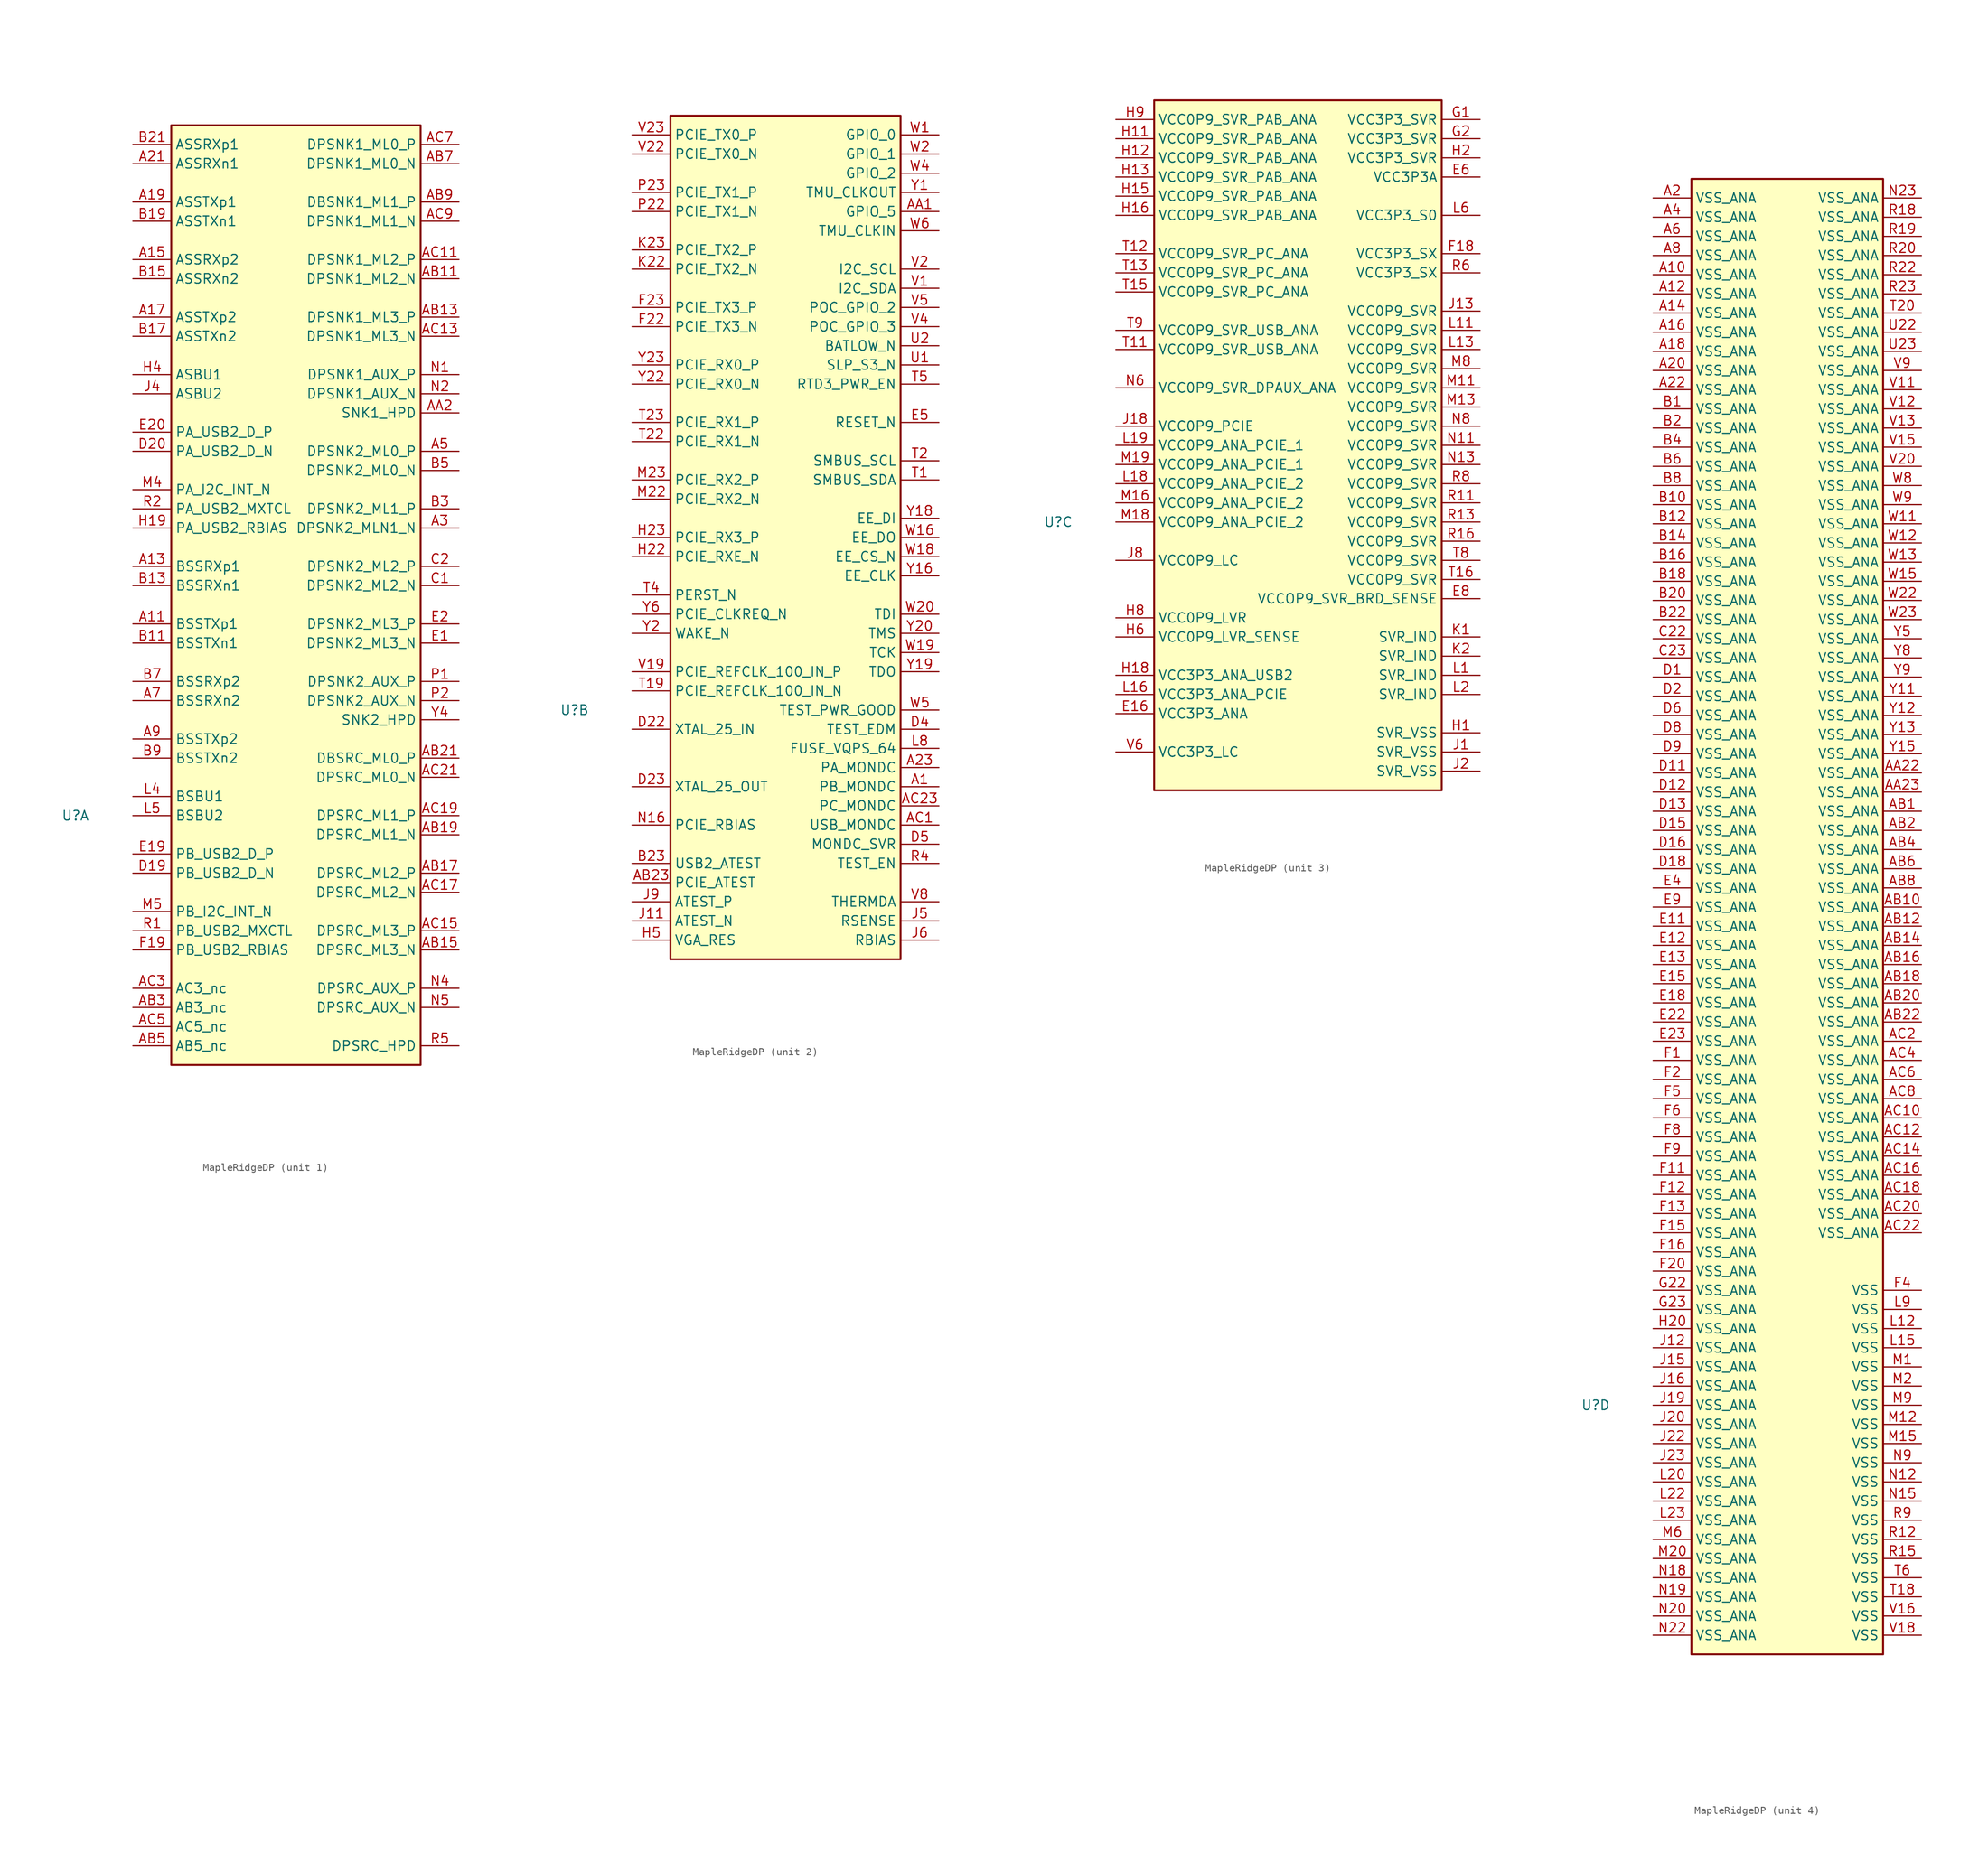
<source format=kicad_sym>
(kicad_symbol_lib
  (version 20231120)
  (generator "kicad_symbol_editor")
  (generator_version "8.0")
  (symbol "MapleRidgeDP"
    (property "Reference" "U"
      (at -7.62 30.48 0)
      (effects (font (size 1.27 1.27))))
    (property "Value" ""
      (at -7.62 30.48 0)
      (effects (font (size 1.27 1.27))))
    (property "ki_locked" ""
      (at 0 0 0)
      (effects (font (size 1.27 1.27))))
    (symbol "MapleRidgeDP_1_1"
      (rectangle (start 5.08 121.92) (end 38.1 -2.54) (stroke (width 0.254) (type default)) (fill (type background)))
      (pin passive line (at 0 55.88 0) (length 5.08) (name "BSSTXp1" (effects (font (size 1.27 1.27)))) (number "A11" (effects (font (size 1.27 1.27)))))
      (pin passive line (at 0 63.5 0) (length 5.08) (name "BSSRXp1" (effects (font (size 1.27 1.27)))) (number "A13" (effects (font (size 1.27 1.27)))))
      (pin passive line (at 0 104.14 0) (length 5.08) (name "ASSRXp2" (effects (font (size 1.27 1.27)))) (number "A15" (effects (font (size 1.27 1.27)))))
      (pin passive line (at 0 96.52 0) (length 5.08) (name "ASSTXp2" (effects (font (size 1.27 1.27)))) (number "A17" (effects (font (size 1.27 1.27)))))
      (pin passive line (at 0 111.76 0) (length 5.08) (name "ASSTXp1" (effects (font (size 1.27 1.27)))) (number "A19" (effects (font (size 1.27 1.27)))))
      (pin passive line (at 0 116.84 0) (length 5.08) (name "ASSRXn1" (effects (font (size 1.27 1.27)))) (number "A21" (effects (font (size 1.27 1.27)))))
      (pin passive line (at 43.18 68.58 180) (length 5.08) (name "DPSNK2_MLN1_N" (effects (font (size 1.27 1.27)))) (number "A3" (effects (font (size 1.27 1.27)))))
      (pin passive line (at 43.18 78.74 180) (length 5.08) (name "DPSNK2_ML0_P" (effects (font (size 1.27 1.27)))) (number "A5" (effects (font (size 1.27 1.27)))))
      (pin passive line (at 0 45.72 0) (length 5.08) (name "BSSRXn2" (effects (font (size 1.27 1.27)))) (number "A7" (effects (font (size 1.27 1.27)))))
      (pin passive line (at 0 40.64 0) (length 5.08) (name "BSSTXp2" (effects (font (size 1.27 1.27)))) (number "A9" (effects (font (size 1.27 1.27)))))
      (pin passive line (at 43.18 83.82 180) (length 5.08) (name "SNK1_HPD" (effects (font (size 1.27 1.27)))) (number "AA2" (effects (font (size 1.27 1.27)))))
      (pin passive line (at 43.18 101.6 180) (length 5.08) (name "DPSNK1_ML2_N" (effects (font (size 1.27 1.27)))) (number "AB11" (effects (font (size 1.27 1.27)))))
      (pin passive line (at 43.18 96.52 180) (length 5.08) (name "DPSNK1_ML3_P" (effects (font (size 1.27 1.27)))) (number "AB13" (effects (font (size 1.27 1.27)))))
      (pin passive line (at 43.18 12.7 180) (length 5.08) (name "DPSRC_ML3_N" (effects (font (size 1.27 1.27)))) (number "AB15" (effects (font (size 1.27 1.27)))))
      (pin passive line (at 43.18 22.86 180) (length 5.08) (name "DPSRC_ML2_P" (effects (font (size 1.27 1.27)))) (number "AB17" (effects (font (size 1.27 1.27)))))
      (pin passive line (at 43.18 27.94 180) (length 5.08) (name "DPSRC_ML1_N" (effects (font (size 1.27 1.27)))) (number "AB19" (effects (font (size 1.27 1.27)))))
      (pin passive line (at 43.18 38.1 180) (length 5.08) (name "DBSRC_ML0_P" (effects (font (size 1.27 1.27)))) (number "AB21" (effects (font (size 1.27 1.27)))))
      (pin passive line (at 0 5.08 0) (length 5.08) (name "AB3_nc" (effects (font (size 1.27 1.27)))) (number "AB3" (effects (font (size 1.27 1.27)))))
      (pin passive line (at 0 0 0) (length 5.08) (name "AB5_nc" (effects (font (size 1.27 1.27)))) (number "AB5" (effects (font (size 1.27 1.27)))))
      (pin passive line (at 43.18 116.84 180) (length 5.08) (name "DPSNK1_ML0_N" (effects (font (size 1.27 1.27)))) (number "AB7" (effects (font (size 1.27 1.27)))))
      (pin passive line (at 43.18 111.76 180) (length 5.08) (name "DBSNK1_ML1_P" (effects (font (size 1.27 1.27)))) (number "AB9" (effects (font (size 1.27 1.27)))))
      (pin passive line (at 43.18 104.14 180) (length 5.08) (name "DPSNK1_ML2_P" (effects (font (size 1.27 1.27)))) (number "AC11" (effects (font (size 1.27 1.27)))))
      (pin passive line (at 43.18 93.98 180) (length 5.08) (name "DPSNK1_ML3_N" (effects (font (size 1.27 1.27)))) (number "AC13" (effects (font (size 1.27 1.27)))))
      (pin passive line (at 43.18 15.24 180) (length 5.08) (name "DPSRC_ML3_P" (effects (font (size 1.27 1.27)))) (number "AC15" (effects (font (size 1.27 1.27)))))
      (pin passive line (at 43.18 20.32 180) (length 5.08) (name "DPSRC_ML2_N" (effects (font (size 1.27 1.27)))) (number "AC17" (effects (font (size 1.27 1.27)))))
      (pin passive line (at 43.18 30.48 180) (length 5.08) (name "DPSRC_ML1_P" (effects (font (size 1.27 1.27)))) (number "AC19" (effects (font (size 1.27 1.27)))))
      (pin passive line (at 43.18 35.56 180) (length 5.08) (name "DPSRC_ML0_N" (effects (font (size 1.27 1.27)))) (number "AC21" (effects (font (size 1.27 1.27)))))
      (pin passive line (at 0 7.62 0) (length 5.08) (name "AC3_nc" (effects (font (size 1.27 1.27)))) (number "AC3" (effects (font (size 1.27 1.27)))))
      (pin passive line (at 0 2.54 0) (length 5.08) (name "AC5_nc" (effects (font (size 1.27 1.27)))) (number "AC5" (effects (font (size 1.27 1.27)))))
      (pin passive line (at 43.18 119.38 180) (length 5.08) (name "DPSNK1_ML0_P" (effects (font (size 1.27 1.27)))) (number "AC7" (effects (font (size 1.27 1.27)))))
      (pin passive line (at 43.18 109.22 180) (length 5.08) (name "DPSNK1_ML1_N" (effects (font (size 1.27 1.27)))) (number "AC9" (effects (font (size 1.27 1.27)))))
      (pin passive line (at 0 53.34 0) (length 5.08) (name "BSSTXn1" (effects (font (size 1.27 1.27)))) (number "B11" (effects (font (size 1.27 1.27)))))
      (pin passive line (at 0 60.96 0) (length 5.08) (name "BSSRXn1" (effects (font (size 1.27 1.27)))) (number "B13" (effects (font (size 1.27 1.27)))))
      (pin passive line (at 0 101.6 0) (length 5.08) (name "ASSRXn2" (effects (font (size 1.27 1.27)))) (number "B15" (effects (font (size 1.27 1.27)))))
      (pin passive line (at 0 93.98 0) (length 5.08) (name "ASSTXn2" (effects (font (size 1.27 1.27)))) (number "B17" (effects (font (size 1.27 1.27)))))
      (pin passive line (at 0 109.22 0) (length 5.08) (name "ASSTXn1" (effects (font (size 1.27 1.27)))) (number "B19" (effects (font (size 1.27 1.27)))))
      (pin passive line (at 0 119.38 0) (length 5.08) (name "ASSRXp1" (effects (font (size 1.27 1.27)))) (number "B21" (effects (font (size 1.27 1.27)))))
      (pin passive line (at 43.18 71.12 180) (length 5.08) (name "DPSNK2_ML1_P" (effects (font (size 1.27 1.27)))) (number "B3" (effects (font (size 1.27 1.27)))))
      (pin passive line (at 43.18 76.2 180) (length 5.08) (name "DPSNK2_ML0_N" (effects (font (size 1.27 1.27)))) (number "B5" (effects (font (size 1.27 1.27)))))
      (pin passive line (at 0 48.26 0) (length 5.08) (name "BSSRXp2" (effects (font (size 1.27 1.27)))) (number "B7" (effects (font (size 1.27 1.27)))))
      (pin passive line (at 0 38.1 0) (length 5.08) (name "BSSTXn2" (effects (font (size 1.27 1.27)))) (number "B9" (effects (font (size 1.27 1.27)))))
      (pin passive line (at 43.18 60.96 180) (length 5.08) (name "DPSNK2_ML2_N" (effects (font (size 1.27 1.27)))) (number "C1" (effects (font (size 1.27 1.27)))))
      (pin passive line (at 43.18 63.5 180) (length 5.08) (name "DPSNK2_ML2_P" (effects (font (size 1.27 1.27)))) (number "C2" (effects (font (size 1.27 1.27)))))
      (pin passive line (at 0 22.86 0) (length 5.08) (name "PB_USB2_D_N" (effects (font (size 1.27 1.27)))) (number "D19" (effects (font (size 1.27 1.27)))))
      (pin passive line (at 0 78.74 0) (length 5.08) (name "PA_USB2_D_N" (effects (font (size 1.27 1.27)))) (number "D20" (effects (font (size 1.27 1.27)))))
      (pin passive line (at 43.18 53.34 180) (length 5.08) (name "DPSNK2_ML3_N" (effects (font (size 1.27 1.27)))) (number "E1" (effects (font (size 1.27 1.27)))))
      (pin passive line (at 0 25.4 0) (length 5.08) (name "PB_USB2_D_P" (effects (font (size 1.27 1.27)))) (number "E19" (effects (font (size 1.27 1.27)))))
      (pin passive line (at 43.18 55.88 180) (length 5.08) (name "DPSNK2_ML3_P" (effects (font (size 1.27 1.27)))) (number "E2" (effects (font (size 1.27 1.27)))))
      (pin passive line (at 0 81.28 0) (length 5.08) (name "PA_USB2_D_P" (effects (font (size 1.27 1.27)))) (number "E20" (effects (font (size 1.27 1.27)))))
      (pin passive line (at 0 12.7 0) (length 5.08) (name "PB_USB2_RBIAS" (effects (font (size 1.27 1.27)))) (number "F19" (effects (font (size 1.27 1.27)))))
      (pin passive line (at 0 68.58 0) (length 5.08) (name "PA_USB2_RBIAS" (effects (font (size 1.27 1.27)))) (number "H19" (effects (font (size 1.27 1.27)))))
      (pin passive line (at 0 88.9 0) (length 5.08) (name "ASBU1" (effects (font (size 1.27 1.27)))) (number "H4" (effects (font (size 1.27 1.27)))))
      (pin passive line (at 0 86.36 0) (length 5.08) (name "ASBU2" (effects (font (size 1.27 1.27)))) (number "J4" (effects (font (size 1.27 1.27)))))
      (pin passive line (at 0 33.02 0) (length 5.08) (name "BSBU1" (effects (font (size 1.27 1.27)))) (number "L4" (effects (font (size 1.27 1.27)))))
      (pin passive line (at 0 30.48 0) (length 5.08) (name "BSBU2" (effects (font (size 1.27 1.27)))) (number "L5" (effects (font (size 1.27 1.27)))))
      (pin passive line (at 0 73.66 0) (length 5.08) (name "PA_I2C_INT_N" (effects (font (size 1.27 1.27)))) (number "M4" (effects (font (size 1.27 1.27)))))
      (pin passive line (at 0 17.78 0) (length 5.08) (name "PB_I2C_INT_N" (effects (font (size 1.27 1.27)))) (number "M5" (effects (font (size 1.27 1.27)))))
      (pin passive line (at 43.18 88.9 180) (length 5.08) (name "DPSNK1_AUX_P" (effects (font (size 1.27 1.27)))) (number "N1" (effects (font (size 1.27 1.27)))))
      (pin passive line (at 43.18 86.36 180) (length 5.08) (name "DPSNK1_AUX_N" (effects (font (size 1.27 1.27)))) (number "N2" (effects (font (size 1.27 1.27)))))
      (pin passive line (at 43.18 7.62 180) (length 5.08) (name "DPSRC_AUX_P" (effects (font (size 1.27 1.27)))) (number "N4" (effects (font (size 1.27 1.27)))))
      (pin passive line (at 43.18 5.08 180) (length 5.08) (name "DPSRC_AUX_N" (effects (font (size 1.27 1.27)))) (number "N5" (effects (font (size 1.27 1.27)))))
      (pin passive line (at 43.18 48.26 180) (length 5.08) (name "DPSNK2_AUX_P" (effects (font (size 1.27 1.27)))) (number "P1" (effects (font (size 1.27 1.27)))))
      (pin passive line (at 43.18 45.72 180) (length 5.08) (name "DPSNK2_AUX_N" (effects (font (size 1.27 1.27)))) (number "P2" (effects (font (size 1.27 1.27)))))
      (pin passive line (at 0 15.24 0) (length 5.08) (name "PB_USB2_MXCTL" (effects (font (size 1.27 1.27)))) (number "R1" (effects (font (size 1.27 1.27)))))
      (pin passive line (at 0 71.12 0) (length 5.08) (name "PA_USB2_MXTCL" (effects (font (size 1.27 1.27)))) (number "R2" (effects (font (size 1.27 1.27)))))
      (pin passive line (at 43.18 0 180) (length 5.08) (name "DPSRC_HPD" (effects (font (size 1.27 1.27)))) (number "R5" (effects (font (size 1.27 1.27)))))
      (pin passive line (at 43.18 43.18 180) (length 5.08) (name "SNK2_HPD" (effects (font (size 1.27 1.27)))) (number "Y4" (effects (font (size 1.27 1.27))))))
    (symbol "MapleRidgeDP_2_1"
      (rectangle (start 5.08 109.22) (end 35.56 -2.54) (stroke (width 0.254) (type default)) (fill (type background)))
      (pin passive line (at 40.64 20.32 180) (length 5.08) (name "PB_MONDC" (effects (font (size 1.27 1.27)))) (number "A1" (effects (font (size 1.27 1.27)))))
      (pin passive line (at 40.64 22.86 180) (length 5.08) (name "PA_MONDC" (effects (font (size 1.27 1.27)))) (number "A23" (effects (font (size 1.27 1.27)))))
      (pin passive line (at 40.64 96.52 180) (length 5.08) (name "GPIO_5" (effects (font (size 1.27 1.27)))) (number "AA1" (effects (font (size 1.27 1.27)))))
      (pin passive line (at 0 7.62 0) (length 5.08) (name "PCIE_ATEST" (effects (font (size 1.27 1.27)))) (number "AB23" (effects (font (size 1.27 1.27)))))
      (pin passive line (at 40.64 15.24 180) (length 5.08) (name "USB_MONDC" (effects (font (size 1.27 1.27)))) (number "AC1" (effects (font (size 1.27 1.27)))))
      (pin passive line (at 40.64 17.78 180) (length 5.08) (name "PC_MONDC" (effects (font (size 1.27 1.27)))) (number "AC23" (effects (font (size 1.27 1.27)))))
      (pin passive line (at 0 10.16 0) (length 5.08) (name "USB2_ATEST" (effects (font (size 1.27 1.27)))) (number "B23" (effects (font (size 1.27 1.27)))))
      (pin passive line (at 0 27.94 0) (length 5.08) (name "XTAL_25_IN" (effects (font (size 1.27 1.27)))) (number "D22" (effects (font (size 1.27 1.27)))))
      (pin passive line (at 0 20.32 0) (length 5.08) (name "XTAL_25_OUT" (effects (font (size 1.27 1.27)))) (number "D23" (effects (font (size 1.27 1.27)))))
      (pin passive line (at 40.64 27.94 180) (length 5.08) (name "TEST_EDM" (effects (font (size 1.27 1.27)))) (number "D4" (effects (font (size 1.27 1.27)))))
      (pin passive line (at 40.64 12.7 180) (length 5.08) (name "MONDC_SVR" (effects (font (size 1.27 1.27)))) (number "D5" (effects (font (size 1.27 1.27)))))
      (pin passive line (at 40.64 68.58 180) (length 5.08) (name "RESET_N" (effects (font (size 1.27 1.27)))) (number "E5" (effects (font (size 1.27 1.27)))))
      (pin passive line (at 0 81.28 0) (length 5.08) (name "PCIE_TX3_N" (effects (font (size 1.27 1.27)))) (number "F22" (effects (font (size 1.27 1.27)))))
      (pin passive line (at 0 83.82 0) (length 5.08) (name "PCIE_TX3_P" (effects (font (size 1.27 1.27)))) (number "F23" (effects (font (size 1.27 1.27)))))
      (pin passive line (at 0 50.8 0) (length 5.08) (name "PCIE_RXE_N" (effects (font (size 1.27 1.27)))) (number "H22" (effects (font (size 1.27 1.27)))))
      (pin passive line (at 0 53.34 0) (length 5.08) (name "PCIE_RX3_P" (effects (font (size 1.27 1.27)))) (number "H23" (effects (font (size 1.27 1.27)))))
      (pin passive line (at 0 0 0) (length 5.08) (name "VGA_RES" (effects (font (size 1.27 1.27)))) (number "H5" (effects (font (size 1.27 1.27)))))
      (pin passive line (at 0 2.54 0) (length 5.08) (name "ATEST_N" (effects (font (size 1.27 1.27)))) (number "J11" (effects (font (size 1.27 1.27)))))
      (pin passive line (at 40.64 2.54 180) (length 5.08) (name "RSENSE" (effects (font (size 1.27 1.27)))) (number "J5" (effects (font (size 1.27 1.27)))))
      (pin passive line (at 40.64 0 180) (length 5.08) (name "RBIAS" (effects (font (size 1.27 1.27)))) (number "J6" (effects (font (size 1.27 1.27)))))
      (pin passive line (at 0 5.08 0) (length 5.08) (name "ATEST_P" (effects (font (size 1.27 1.27)))) (number "J9" (effects (font (size 1.27 1.27)))))
      (pin passive line (at 0 88.9 0) (length 5.08) (name "PCIE_TX2_N" (effects (font (size 1.27 1.27)))) (number "K22" (effects (font (size 1.27 1.27)))))
      (pin passive line (at 0 91.44 0) (length 5.08) (name "PCIE_TX2_P" (effects (font (size 1.27 1.27)))) (number "K23" (effects (font (size 1.27 1.27)))))
      (pin passive line (at 40.64 25.4 180) (length 5.08) (name "FUSE_VQPS_64" (effects (font (size 1.27 1.27)))) (number "L8" (effects (font (size 1.27 1.27)))))
      (pin passive line (at 0 58.42 0) (length 5.08) (name "PCIE_RX2_N" (effects (font (size 1.27 1.27)))) (number "M22" (effects (font (size 1.27 1.27)))))
      (pin passive line (at 0 60.96 0) (length 5.08) (name "PCIE_RX2_P" (effects (font (size 1.27 1.27)))) (number "M23" (effects (font (size 1.27 1.27)))))
      (pin passive line (at 0 15.24 0) (length 5.08) (name "PCIE_RBIAS" (effects (font (size 1.27 1.27)))) (number "N16" (effects (font (size 1.27 1.27)))))
      (pin passive line (at 0 96.52 0) (length 5.08) (name "PCIE_TX1_N" (effects (font (size 1.27 1.27)))) (number "P22" (effects (font (size 1.27 1.27)))))
      (pin passive line (at 0 99.06 0) (length 5.08) (name "PCIE_TX1_P" (effects (font (size 1.27 1.27)))) (number "P23" (effects (font (size 1.27 1.27)))))
      (pin passive line (at 40.64 10.16 180) (length 5.08) (name "TEST_EN" (effects (font (size 1.27 1.27)))) (number "R4" (effects (font (size 1.27 1.27)))))
      (pin passive line (at 40.64 60.96 180) (length 5.08) (name "SMBUS_SDA" (effects (font (size 1.27 1.27)))) (number "T1" (effects (font (size 1.27 1.27)))))
      (pin passive line (at 0 33.02 0) (length 5.08) (name "PCIE_REFCLK_100_IN_N" (effects (font (size 1.27 1.27)))) (number "T19" (effects (font (size 1.27 1.27)))))
      (pin passive line (at 40.64 63.5 180) (length 5.08) (name "SMBUS_SCL" (effects (font (size 1.27 1.27)))) (number "T2" (effects (font (size 1.27 1.27)))))
      (pin passive line (at 0 66.04 0) (length 5.08) (name "PCIE_RX1_N" (effects (font (size 1.27 1.27)))) (number "T22" (effects (font (size 1.27 1.27)))))
      (pin passive line (at 0 68.58 0) (length 5.08) (name "PCIE_RX1_P" (effects (font (size 1.27 1.27)))) (number "T23" (effects (font (size 1.27 1.27)))))
      (pin passive line (at 0 45.72 0) (length 5.08) (name "PERST_N" (effects (font (size 1.27 1.27)))) (number "T4" (effects (font (size 1.27 1.27)))))
      (pin passive line (at 40.64 73.66 180) (length 5.08) (name "RTD3_PWR_EN" (effects (font (size 1.27 1.27)))) (number "T5" (effects (font (size 1.27 1.27)))))
      (pin passive line (at 40.64 76.2 180) (length 5.08) (name "SLP_S3_N" (effects (font (size 1.27 1.27)))) (number "U1" (effects (font (size 1.27 1.27)))))
      (pin passive line (at 40.64 78.74 180) (length 5.08) (name "BATLOW_N" (effects (font (size 1.27 1.27)))) (number "U2" (effects (font (size 1.27 1.27)))))
      (pin passive line (at 40.64 86.36 180) (length 5.08) (name "I2C_SDA" (effects (font (size 1.27 1.27)))) (number "V1" (effects (font (size 1.27 1.27)))))
      (pin passive line (at 0 35.56 0) (length 5.08) (name "PCIE_REFCLK_100_IN_P" (effects (font (size 1.27 1.27)))) (number "V19" (effects (font (size 1.27 1.27)))))
      (pin passive line (at 40.64 88.9 180) (length 5.08) (name "I2C_SCL" (effects (font (size 1.27 1.27)))) (number "V2" (effects (font (size 1.27 1.27)))))
      (pin passive line (at 0 104.14 0) (length 5.08) (name "PCIE_TX0_N" (effects (font (size 1.27 1.27)))) (number "V22" (effects (font (size 1.27 1.27)))))
      (pin passive line (at 0 106.68 0) (length 5.08) (name "PCIE_TX0_P" (effects (font (size 1.27 1.27)))) (number "V23" (effects (font (size 1.27 1.27)))))
      (pin passive line (at 40.64 81.28 180) (length 5.08) (name "POC_GPIO_3" (effects (font (size 1.27 1.27)))) (number "V4" (effects (font (size 1.27 1.27)))))
      (pin passive line (at 40.64 83.82 180) (length 5.08) (name "POC_GPIO_2" (effects (font (size 1.27 1.27)))) (number "V5" (effects (font (size 1.27 1.27)))))
      (pin passive line (at 40.64 5.08 180) (length 5.08) (name "THERMDA" (effects (font (size 1.27 1.27)))) (number "V8" (effects (font (size 1.27 1.27)))))
      (pin passive line (at 40.64 106.68 180) (length 5.08) (name "GPIO_0" (effects (font (size 1.27 1.27)))) (number "W1" (effects (font (size 1.27 1.27)))))
      (pin passive line (at 40.64 53.34 180) (length 5.08) (name "EE_DO" (effects (font (size 1.27 1.27)))) (number "W16" (effects (font (size 1.27 1.27)))))
      (pin passive line (at 40.64 50.8 180) (length 5.08) (name "EE_CS_N" (effects (font (size 1.27 1.27)))) (number "W18" (effects (font (size 1.27 1.27)))))
      (pin passive line (at 40.64 38.1 180) (length 5.08) (name "TCK" (effects (font (size 1.27 1.27)))) (number "W19" (effects (font (size 1.27 1.27)))))
      (pin passive line (at 40.64 104.14 180) (length 5.08) (name "GPIO_1" (effects (font (size 1.27 1.27)))) (number "W2" (effects (font (size 1.27 1.27)))))
      (pin passive line (at 40.64 43.18 180) (length 5.08) (name "TDI" (effects (font (size 1.27 1.27)))) (number "W20" (effects (font (size 1.27 1.27)))))
      (pin passive line (at 40.64 101.6 180) (length 5.08) (name "GPIO_2" (effects (font (size 1.27 1.27)))) (number "W4" (effects (font (size 1.27 1.27)))))
      (pin passive line (at 40.64 30.48 180) (length 5.08) (name "TEST_PWR_GOOD" (effects (font (size 1.27 1.27)))) (number "W5" (effects (font (size 1.27 1.27)))))
      (pin passive line (at 40.64 93.98 180) (length 5.08) (name "TMU_CLKIN" (effects (font (size 1.27 1.27)))) (number "W6" (effects (font (size 1.27 1.27)))))
      (pin passive line (at 40.64 99.06 180) (length 5.08) (name "TMU_CLKOUT" (effects (font (size 1.27 1.27)))) (number "Y1" (effects (font (size 1.27 1.27)))))
      (pin passive line (at 40.64 48.26 180) (length 5.08) (name "EE_CLK" (effects (font (size 1.27 1.27)))) (number "Y16" (effects (font (size 1.27 1.27)))))
      (pin passive line (at 40.64 55.88 180) (length 5.08) (name "EE_DI" (effects (font (size 1.27 1.27)))) (number "Y18" (effects (font (size 1.27 1.27)))))
      (pin passive line (at 40.64 35.56 180) (length 5.08) (name "TDO" (effects (font (size 1.27 1.27)))) (number "Y19" (effects (font (size 1.27 1.27)))))
      (pin passive line (at 0 40.64 0) (length 5.08) (name "WAKE_N" (effects (font (size 1.27 1.27)))) (number "Y2" (effects (font (size 1.27 1.27)))))
      (pin passive line (at 40.64 40.64 180) (length 5.08) (name "TMS" (effects (font (size 1.27 1.27)))) (number "Y20" (effects (font (size 1.27 1.27)))))
      (pin passive line (at 0 73.66 0) (length 5.08) (name "PCIE_RX0_N" (effects (font (size 1.27 1.27)))) (number "Y22" (effects (font (size 1.27 1.27)))))
      (pin passive line (at 0 76.2 0) (length 5.08) (name "PCIE_RX0_P" (effects (font (size 1.27 1.27)))) (number "Y23" (effects (font (size 1.27 1.27)))))
      (pin passive line (at 0 43.18 0) (length 5.08) (name "PCIE_CLKREQ_N" (effects (font (size 1.27 1.27)))) (number "Y6" (effects (font (size 1.27 1.27))))))
    (symbol "MapleRidgeDP_3_1"
      (rectangle (start 5.08 86.36) (end 43.18 -5.08) (stroke (width 0.254) (type default)) (fill (type background)))
      (pin power_in line (at 0 5.08 0) (length 5.08) (name "VCC3P3_ANA" (effects (font (size 1.27 1.27)))) (number "E16" (effects (font (size 1.27 1.27)))))
      (pin power_in line (at 48.26 76.2 180) (length 5.08) (name "VCC3P3A" (effects (font (size 1.27 1.27)))) (number "E6" (effects (font (size 1.27 1.27)))))
      (pin power_in line (at 48.26 20.32 180) (length 5.08) (name "VCCOP9_SVR_BRD_SENSE" (effects (font (size 1.27 1.27)))) (number "E8" (effects (font (size 1.27 1.27)))))
      (pin power_in line (at 48.26 66.04 180) (length 5.08) (name "VCC3P3_SX" (effects (font (size 1.27 1.27)))) (number "F18" (effects (font (size 1.27 1.27)))))
      (pin power_in line (at 48.26 83.82 180) (length 5.08) (name "VCC3P3_SVR" (effects (font (size 1.27 1.27)))) (number "G1" (effects (font (size 1.27 1.27)))))
      (pin power_in line (at 48.26 81.28 180) (length 5.08) (name "VCC3P3_SVR" (effects (font (size 1.27 1.27)))) (number "G2" (effects (font (size 1.27 1.27)))))
      (pin power_in line (at 48.26 2.54 180) (length 5.08) (name "SVR_VSS" (effects (font (size 1.27 1.27)))) (number "H1" (effects (font (size 1.27 1.27)))))
      (pin power_in line (at 0 81.28 0) (length 5.08) (name "VCC0P9_SVR_PAB_ANA" (effects (font (size 1.27 1.27)))) (number "H11" (effects (font (size 1.27 1.27)))))
      (pin power_in line (at 0 78.74 0) (length 5.08) (name "VCC0P9_SVR_PAB_ANA" (effects (font (size 1.27 1.27)))) (number "H12" (effects (font (size 1.27 1.27)))))
      (pin power_in line (at 0 76.2 0) (length 5.08) (name "VCC0P9_SVR_PAB_ANA" (effects (font (size 1.27 1.27)))) (number "H13" (effects (font (size 1.27 1.27)))))
      (pin power_in line (at 0 73.66 0) (length 5.08) (name "VCC0P9_SVR_PAB_ANA" (effects (font (size 1.27 1.27)))) (number "H15" (effects (font (size 1.27 1.27)))))
      (pin power_in line (at 0 71.12 0) (length 5.08) (name "VCC0P9_SVR_PAB_ANA" (effects (font (size 1.27 1.27)))) (number "H16" (effects (font (size 1.27 1.27)))))
      (pin power_in line (at 0 10.16 0) (length 5.08) (name "VCC3P3_ANA_USB2" (effects (font (size 1.27 1.27)))) (number "H18" (effects (font (size 1.27 1.27)))))
      (pin power_in line (at 48.26 78.74 180) (length 5.08) (name "VCC3P3_SVR" (effects (font (size 1.27 1.27)))) (number "H2" (effects (font (size 1.27 1.27)))))
      (pin power_in line (at 0 15.24 0) (length 5.08) (name "VCC0P9_LVR_SENSE" (effects (font (size 1.27 1.27)))) (number "H6" (effects (font (size 1.27 1.27)))))
      (pin power_in line (at 0 17.78 0) (length 5.08) (name "VCC0P9_LVR" (effects (font (size 1.27 1.27)))) (number "H8" (effects (font (size 1.27 1.27)))))
      (pin power_in line (at 0 83.82 0) (length 5.08) (name "VCC0P9_SVR_PAB_ANA" (effects (font (size 1.27 1.27)))) (number "H9" (effects (font (size 1.27 1.27)))))
      (pin power_in line (at 48.26 0 180) (length 5.08) (name "SVR_VSS" (effects (font (size 1.27 1.27)))) (number "J1" (effects (font (size 1.27 1.27)))))
      (pin power_in line (at 48.26 58.42 180) (length 5.08) (name "VCC0P9_SVR" (effects (font (size 1.27 1.27)))) (number "J13" (effects (font (size 1.27 1.27)))))
      (pin power_in line (at 0 43.18 0) (length 5.08) (name "VCC0P9_PCIE" (effects (font (size 1.27 1.27)))) (number "J18" (effects (font (size 1.27 1.27)))))
      (pin power_in line (at 48.26 -2.54 180) (length 5.08) (name "SVR_VSS" (effects (font (size 1.27 1.27)))) (number "J2" (effects (font (size 1.27 1.27)))))
      (pin power_in line (at 0 25.4 0) (length 5.08) (name "VCC0P9_LC" (effects (font (size 1.27 1.27)))) (number "J8" (effects (font (size 1.27 1.27)))))
      (pin power_in line (at 48.26 15.24 180) (length 5.08) (name "SVR_IND" (effects (font (size 1.27 1.27)))) (number "K1" (effects (font (size 1.27 1.27)))))
      (pin power_in line (at 48.26 12.7 180) (length 5.08) (name "SVR_IND" (effects (font (size 1.27 1.27)))) (number "K2" (effects (font (size 1.27 1.27)))))
      (pin power_in line (at 48.26 10.16 180) (length 5.08) (name "SVR_IND" (effects (font (size 1.27 1.27)))) (number "L1" (effects (font (size 1.27 1.27)))))
      (pin power_in line (at 48.26 55.88 180) (length 5.08) (name "VCC0P9_SVR" (effects (font (size 1.27 1.27)))) (number "L11" (effects (font (size 1.27 1.27)))))
      (pin power_in line (at 48.26 53.34 180) (length 5.08) (name "VCC0P9_SVR" (effects (font (size 1.27 1.27)))) (number "L13" (effects (font (size 1.27 1.27)))))
      (pin power_in line (at 0 7.62 0) (length 5.08) (name "VCC3P3_ANA_PCIE" (effects (font (size 1.27 1.27)))) (number "L16" (effects (font (size 1.27 1.27)))))
      (pin power_in line (at 0 35.56 0) (length 5.08) (name "VCC0P9_ANA_PCIE_2" (effects (font (size 1.27 1.27)))) (number "L18" (effects (font (size 1.27 1.27)))))
      (pin power_in line (at 0 40.64 0) (length 5.08) (name "VCC0P9_ANA_PCIE_1" (effects (font (size 1.27 1.27)))) (number "L19" (effects (font (size 1.27 1.27)))))
      (pin power_in line (at 48.26 7.62 180) (length 5.08) (name "SVR_IND" (effects (font (size 1.27 1.27)))) (number "L2" (effects (font (size 1.27 1.27)))))
      (pin power_in line (at 48.26 71.12 180) (length 5.08) (name "VCC3P3_S0" (effects (font (size 1.27 1.27)))) (number "L6" (effects (font (size 1.27 1.27)))))
      (pin power_in line (at 48.26 48.26 180) (length 5.08) (name "VCC0P9_SVR" (effects (font (size 1.27 1.27)))) (number "M11" (effects (font (size 1.27 1.27)))))
      (pin power_in line (at 48.26 45.72 180) (length 5.08) (name "VCC0P9_SVR" (effects (font (size 1.27 1.27)))) (number "M13" (effects (font (size 1.27 1.27)))))
      (pin power_in line (at 0 33.02 0) (length 5.08) (name "VCC0P9_ANA_PCIE_2" (effects (font (size 1.27 1.27)))) (number "M16" (effects (font (size 1.27 1.27)))))
      (pin power_in line (at 0 30.48 0) (length 5.08) (name "VCC0P9_ANA_PCIE_2" (effects (font (size 1.27 1.27)))) (number "M18" (effects (font (size 1.27 1.27)))))
      (pin power_in line (at 0 38.1 0) (length 5.08) (name "VCC0P9_ANA_PCIE_1" (effects (font (size 1.27 1.27)))) (number "M19" (effects (font (size 1.27 1.27)))))
      (pin power_in line (at 48.26 50.8 180) (length 5.08) (name "VCC0P9_SVR" (effects (font (size 1.27 1.27)))) (number "M8" (effects (font (size 1.27 1.27)))))
      (pin power_in line (at 48.26 40.64 180) (length 5.08) (name "VCC0P9_SVR" (effects (font (size 1.27 1.27)))) (number "N11" (effects (font (size 1.27 1.27)))))
      (pin power_in line (at 48.26 38.1 180) (length 5.08) (name "VCC0P9_SVR" (effects (font (size 1.27 1.27)))) (number "N13" (effects (font (size 1.27 1.27)))))
      (pin power_in line (at 0 48.26 0) (length 5.08) (name "VCC0P9_SVR_DPAUX_ANA" (effects (font (size 1.27 1.27)))) (number "N6" (effects (font (size 1.27 1.27)))))
      (pin power_in line (at 48.26 43.18 180) (length 5.08) (name "VCC0P9_SVR" (effects (font (size 1.27 1.27)))) (number "N8" (effects (font (size 1.27 1.27)))))
      (pin power_in line (at 48.26 33.02 180) (length 5.08) (name "VCC0P9_SVR" (effects (font (size 1.27 1.27)))) (number "R11" (effects (font (size 1.27 1.27)))))
      (pin power_in line (at 48.26 30.48 180) (length 5.08) (name "VCC0P9_SVR" (effects (font (size 1.27 1.27)))) (number "R13" (effects (font (size 1.27 1.27)))))
      (pin power_in line (at 48.26 27.94 180) (length 5.08) (name "VCC0P9_SVR" (effects (font (size 1.27 1.27)))) (number "R16" (effects (font (size 1.27 1.27)))))
      (pin power_in line (at 48.26 63.5 180) (length 5.08) (name "VCC3P3_SX" (effects (font (size 1.27 1.27)))) (number "R6" (effects (font (size 1.27 1.27)))))
      (pin power_in line (at 48.26 35.56 180) (length 5.08) (name "VCC0P9_SVR" (effects (font (size 1.27 1.27)))) (number "R8" (effects (font (size 1.27 1.27)))))
      (pin power_in line (at 0 53.34 0) (length 5.08) (name "VCC0P9_SVR_USB_ANA" (effects (font (size 1.27 1.27)))) (number "T11" (effects (font (size 1.27 1.27)))))
      (pin power_in line (at 0 66.04 0) (length 5.08) (name "VCC0P9_SVR_PC_ANA" (effects (font (size 1.27 1.27)))) (number "T12" (effects (font (size 1.27 1.27)))))
      (pin power_in line (at 0 63.5 0) (length 5.08) (name "VCC0P9_SVR_PC_ANA" (effects (font (size 1.27 1.27)))) (number "T13" (effects (font (size 1.27 1.27)))))
      (pin power_in line (at 0 60.96 0) (length 5.08) (name "VCC0P9_SVR_PC_ANA" (effects (font (size 1.27 1.27)))) (number "T15" (effects (font (size 1.27 1.27)))))
      (pin power_in line (at 48.26 22.86 180) (length 5.08) (name "VCC0P9_SVR" (effects (font (size 1.27 1.27)))) (number "T16" (effects (font (size 1.27 1.27)))))
      (pin power_in line (at 48.26 25.4 180) (length 5.08) (name "VCC0P9_SVR" (effects (font (size 1.27 1.27)))) (number "T8" (effects (font (size 1.27 1.27)))))
      (pin power_in line (at 0 55.88 0) (length 5.08) (name "VCC0P9_SVR_USB_ANA" (effects (font (size 1.27 1.27)))) (number "T9" (effects (font (size 1.27 1.27)))))
      (pin power_in line (at 0 0 0) (length 5.08) (name "VCC3P3_LC" (effects (font (size 1.27 1.27)))) (number "V6" (effects (font (size 1.27 1.27))))))
    (symbol "MapleRidgeDP_4_1"
      (rectangle (start 5.08 193.04) (end 30.48 -2.54) (stroke (width 0.254) (type default)) (fill (type background)))
      (pin passive line (at 0 180.34 0) (length 5.08) (name "VSS_ANA" (effects (font (size 1.27 1.27)))) (number "A10" (effects (font (size 1.27 1.27)))))
      (pin passive line (at 0 177.8 0) (length 5.08) (name "VSS_ANA" (effects (font (size 1.27 1.27)))) (number "A12" (effects (font (size 1.27 1.27)))))
      (pin passive line (at 0 175.26 0) (length 5.08) (name "VSS_ANA" (effects (font (size 1.27 1.27)))) (number "A14" (effects (font (size 1.27 1.27)))))
      (pin passive line (at 0 172.72 0) (length 5.08) (name "VSS_ANA" (effects (font (size 1.27 1.27)))) (number "A16" (effects (font (size 1.27 1.27)))))
      (pin passive line (at 0 170.18 0) (length 5.08) (name "VSS_ANA" (effects (font (size 1.27 1.27)))) (number "A18" (effects (font (size 1.27 1.27)))))
      (pin passive line (at 0 190.5 0) (length 5.08) (name "VSS_ANA" (effects (font (size 1.27 1.27)))) (number "A2" (effects (font (size 1.27 1.27)))))
      (pin passive line (at 0 167.64 0) (length 5.08) (name "VSS_ANA" (effects (font (size 1.27 1.27)))) (number "A20" (effects (font (size 1.27 1.27)))))
      (pin passive line (at 0 165.1 0) (length 5.08) (name "VSS_ANA" (effects (font (size 1.27 1.27)))) (number "A22" (effects (font (size 1.27 1.27)))))
      (pin passive line (at 0 187.96 0) (length 5.08) (name "VSS_ANA" (effects (font (size 1.27 1.27)))) (number "A4" (effects (font (size 1.27 1.27)))))
      (pin passive line (at 0 185.42 0) (length 5.08) (name "VSS_ANA" (effects (font (size 1.27 1.27)))) (number "A6" (effects (font (size 1.27 1.27)))))
      (pin passive line (at 0 182.88 0) (length 5.08) (name "VSS_ANA" (effects (font (size 1.27 1.27)))) (number "A8" (effects (font (size 1.27 1.27)))))
      (pin passive line (at 35.56 114.3 180) (length 5.08) (name "VSS_ANA" (effects (font (size 1.27 1.27)))) (number "AA22" (effects (font (size 1.27 1.27)))))
      (pin passive line (at 35.56 111.76 180) (length 5.08) (name "VSS_ANA" (effects (font (size 1.27 1.27)))) (number "AA23" (effects (font (size 1.27 1.27)))))
      (pin passive line (at 35.56 109.22 180) (length 5.08) (name "VSS_ANA" (effects (font (size 1.27 1.27)))) (number "AB1" (effects (font (size 1.27 1.27)))))
      (pin passive line (at 35.56 96.52 180) (length 5.08) (name "VSS_ANA" (effects (font (size 1.27 1.27)))) (number "AB10" (effects (font (size 1.27 1.27)))))
      (pin passive line (at 35.56 93.98 180) (length 5.08) (name "VSS_ANA" (effects (font (size 1.27 1.27)))) (number "AB12" (effects (font (size 1.27 1.27)))))
      (pin passive line (at 35.56 91.44 180) (length 5.08) (name "VSS_ANA" (effects (font (size 1.27 1.27)))) (number "AB14" (effects (font (size 1.27 1.27)))))
      (pin passive line (at 35.56 88.9 180) (length 5.08) (name "VSS_ANA" (effects (font (size 1.27 1.27)))) (number "AB16" (effects (font (size 1.27 1.27)))))
      (pin passive line (at 35.56 86.36 180) (length 5.08) (name "VSS_ANA" (effects (font (size 1.27 1.27)))) (number "AB18" (effects (font (size 1.27 1.27)))))
      (pin passive line (at 35.56 106.68 180) (length 5.08) (name "VSS_ANA" (effects (font (size 1.27 1.27)))) (number "AB2" (effects (font (size 1.27 1.27)))))
      (pin passive line (at 35.56 83.82 180) (length 5.08) (name "VSS_ANA" (effects (font (size 1.27 1.27)))) (number "AB20" (effects (font (size 1.27 1.27)))))
      (pin passive line (at 35.56 81.28 180) (length 5.08) (name "VSS_ANA" (effects (font (size 1.27 1.27)))) (number "AB22" (effects (font (size 1.27 1.27)))))
      (pin passive line (at 35.56 104.14 180) (length 5.08) (name "VSS_ANA" (effects (font (size 1.27 1.27)))) (number "AB4" (effects (font (size 1.27 1.27)))))
      (pin passive line (at 35.56 101.6 180) (length 5.08) (name "VSS_ANA" (effects (font (size 1.27 1.27)))) (number "AB6" (effects (font (size 1.27 1.27)))))
      (pin passive line (at 35.56 99.06 180) (length 5.08) (name "VSS_ANA" (effects (font (size 1.27 1.27)))) (number "AB8" (effects (font (size 1.27 1.27)))))
      (pin passive line (at 35.56 68.58 180) (length 5.08) (name "VSS_ANA" (effects (font (size 1.27 1.27)))) (number "AC10" (effects (font (size 1.27 1.27)))))
      (pin passive line (at 35.56 66.04 180) (length 5.08) (name "VSS_ANA" (effects (font (size 1.27 1.27)))) (number "AC12" (effects (font (size 1.27 1.27)))))
      (pin passive line (at 35.56 63.5 180) (length 5.08) (name "VSS_ANA" (effects (font (size 1.27 1.27)))) (number "AC14" (effects (font (size 1.27 1.27)))))
      (pin passive line (at 35.56 60.96 180) (length 5.08) (name "VSS_ANA" (effects (font (size 1.27 1.27)))) (number "AC16" (effects (font (size 1.27 1.27)))))
      (pin passive line (at 35.56 58.42 180) (length 5.08) (name "VSS_ANA" (effects (font (size 1.27 1.27)))) (number "AC18" (effects (font (size 1.27 1.27)))))
      (pin passive line (at 35.56 78.74 180) (length 5.08) (name "VSS_ANA" (effects (font (size 1.27 1.27)))) (number "AC2" (effects (font (size 1.27 1.27)))))
      (pin passive line (at 35.56 55.88 180) (length 5.08) (name "VSS_ANA" (effects (font (size 1.27 1.27)))) (number "AC20" (effects (font (size 1.27 1.27)))))
      (pin passive line (at 35.56 53.34 180) (length 5.08) (name "VSS_ANA" (effects (font (size 1.27 1.27)))) (number "AC22" (effects (font (size 1.27 1.27)))))
      (pin passive line (at 35.56 76.2 180) (length 5.08) (name "VSS_ANA" (effects (font (size 1.27 1.27)))) (number "AC4" (effects (font (size 1.27 1.27)))))
      (pin passive line (at 35.56 73.66 180) (length 5.08) (name "VSS_ANA" (effects (font (size 1.27 1.27)))) (number "AC6" (effects (font (size 1.27 1.27)))))
      (pin passive line (at 35.56 71.12 180) (length 5.08) (name "VSS_ANA" (effects (font (size 1.27 1.27)))) (number "AC8" (effects (font (size 1.27 1.27)))))
      (pin passive line (at 0 162.56 0) (length 5.08) (name "VSS_ANA" (effects (font (size 1.27 1.27)))) (number "B1" (effects (font (size 1.27 1.27)))))
      (pin passive line (at 0 149.86 0) (length 5.08) (name "VSS_ANA" (effects (font (size 1.27 1.27)))) (number "B10" (effects (font (size 1.27 1.27)))))
      (pin passive line (at 0 147.32 0) (length 5.08) (name "VSS_ANA" (effects (font (size 1.27 1.27)))) (number "B12" (effects (font (size 1.27 1.27)))))
      (pin passive line (at 0 144.78 0) (length 5.08) (name "VSS_ANA" (effects (font (size 1.27 1.27)))) (number "B14" (effects (font (size 1.27 1.27)))))
      (pin passive line (at 0 142.24 0) (length 5.08) (name "VSS_ANA" (effects (font (size 1.27 1.27)))) (number "B16" (effects (font (size 1.27 1.27)))))
      (pin passive line (at 0 139.7 0) (length 5.08) (name "VSS_ANA" (effects (font (size 1.27 1.27)))) (number "B18" (effects (font (size 1.27 1.27)))))
      (pin passive line (at 0 160.02 0) (length 5.08) (name "VSS_ANA" (effects (font (size 1.27 1.27)))) (number "B2" (effects (font (size 1.27 1.27)))))
      (pin passive line (at 0 137.16 0) (length 5.08) (name "VSS_ANA" (effects (font (size 1.27 1.27)))) (number "B20" (effects (font (size 1.27 1.27)))))
      (pin passive line (at 0 134.62 0) (length 5.08) (name "VSS_ANA" (effects (font (size 1.27 1.27)))) (number "B22" (effects (font (size 1.27 1.27)))))
      (pin passive line (at 0 157.48 0) (length 5.08) (name "VSS_ANA" (effects (font (size 1.27 1.27)))) (number "B4" (effects (font (size 1.27 1.27)))))
      (pin passive line (at 0 154.94 0) (length 5.08) (name "VSS_ANA" (effects (font (size 1.27 1.27)))) (number "B6" (effects (font (size 1.27 1.27)))))
      (pin passive line (at 0 152.4 0) (length 5.08) (name "VSS_ANA" (effects (font (size 1.27 1.27)))) (number "B8" (effects (font (size 1.27 1.27)))))
      (pin passive line (at 0 132.08 0) (length 5.08) (name "VSS_ANA" (effects (font (size 1.27 1.27)))) (number "C22" (effects (font (size 1.27 1.27)))))
      (pin passive line (at 0 129.54 0) (length 5.08) (name "VSS_ANA" (effects (font (size 1.27 1.27)))) (number "C23" (effects (font (size 1.27 1.27)))))
      (pin passive line (at 0 127 0) (length 5.08) (name "VSS_ANA" (effects (font (size 1.27 1.27)))) (number "D1" (effects (font (size 1.27 1.27)))))
      (pin passive line (at 0 114.3 0) (length 5.08) (name "VSS_ANA" (effects (font (size 1.27 1.27)))) (number "D11" (effects (font (size 1.27 1.27)))))
      (pin passive line (at 0 111.76 0) (length 5.08) (name "VSS_ANA" (effects (font (size 1.27 1.27)))) (number "D12" (effects (font (size 1.27 1.27)))))
      (pin passive line (at 0 109.22 0) (length 5.08) (name "VSS_ANA" (effects (font (size 1.27 1.27)))) (number "D13" (effects (font (size 1.27 1.27)))))
      (pin passive line (at 0 106.68 0) (length 5.08) (name "VSS_ANA" (effects (font (size 1.27 1.27)))) (number "D15" (effects (font (size 1.27 1.27)))))
      (pin passive line (at 0 104.14 0) (length 5.08) (name "VSS_ANA" (effects (font (size 1.27 1.27)))) (number "D16" (effects (font (size 1.27 1.27)))))
      (pin passive line (at 0 101.6 0) (length 5.08) (name "VSS_ANA" (effects (font (size 1.27 1.27)))) (number "D18" (effects (font (size 1.27 1.27)))))
      (pin passive line (at 0 124.46 0) (length 5.08) (name "VSS_ANA" (effects (font (size 1.27 1.27)))) (number "D2" (effects (font (size 1.27 1.27)))))
      (pin passive line (at 0 121.92 0) (length 5.08) (name "VSS_ANA" (effects (font (size 1.27 1.27)))) (number "D6" (effects (font (size 1.27 1.27)))))
      (pin passive line (at 0 119.38 0) (length 5.08) (name "VSS_ANA" (effects (font (size 1.27 1.27)))) (number "D8" (effects (font (size 1.27 1.27)))))
      (pin passive line (at 0 116.84 0) (length 5.08) (name "VSS_ANA" (effects (font (size 1.27 1.27)))) (number "D9" (effects (font (size 1.27 1.27)))))
      (pin passive line (at 0 93.98 0) (length 5.08) (name "VSS_ANA" (effects (font (size 1.27 1.27)))) (number "E11" (effects (font (size 1.27 1.27)))))
      (pin passive line (at 0 91.44 0) (length 5.08) (name "VSS_ANA" (effects (font (size 1.27 1.27)))) (number "E12" (effects (font (size 1.27 1.27)))))
      (pin passive line (at 0 88.9 0) (length 5.08) (name "VSS_ANA" (effects (font (size 1.27 1.27)))) (number "E13" (effects (font (size 1.27 1.27)))))
      (pin passive line (at 0 86.36 0) (length 5.08) (name "VSS_ANA" (effects (font (size 1.27 1.27)))) (number "E15" (effects (font (size 1.27 1.27)))))
      (pin passive line (at 0 83.82 0) (length 5.08) (name "VSS_ANA" (effects (font (size 1.27 1.27)))) (number "E18" (effects (font (size 1.27 1.27)))))
      (pin passive line (at 0 81.28 0) (length 5.08) (name "VSS_ANA" (effects (font (size 1.27 1.27)))) (number "E22" (effects (font (size 1.27 1.27)))))
      (pin passive line (at 0 78.74 0) (length 5.08) (name "VSS_ANA" (effects (font (size 1.27 1.27)))) (number "E23" (effects (font (size 1.27 1.27)))))
      (pin passive line (at 0 99.06 0) (length 5.08) (name "VSS_ANA" (effects (font (size 1.27 1.27)))) (number "E4" (effects (font (size 1.27 1.27)))))
      (pin passive line (at 0 96.52 0) (length 5.08) (name "VSS_ANA" (effects (font (size 1.27 1.27)))) (number "E9" (effects (font (size 1.27 1.27)))))
      (pin passive line (at 0 76.2 0) (length 5.08) (name "VSS_ANA" (effects (font (size 1.27 1.27)))) (number "F1" (effects (font (size 1.27 1.27)))))
      (pin passive line (at 0 60.96 0) (length 5.08) (name "VSS_ANA" (effects (font (size 1.27 1.27)))) (number "F11" (effects (font (size 1.27 1.27)))))
      (pin passive line (at 0 58.42 0) (length 5.08) (name "VSS_ANA" (effects (font (size 1.27 1.27)))) (number "F12" (effects (font (size 1.27 1.27)))))
      (pin passive line (at 0 55.88 0) (length 5.08) (name "VSS_ANA" (effects (font (size 1.27 1.27)))) (number "F13" (effects (font (size 1.27 1.27)))))
      (pin passive line (at 0 53.34 0) (length 5.08) (name "VSS_ANA" (effects (font (size 1.27 1.27)))) (number "F15" (effects (font (size 1.27 1.27)))))
      (pin passive line (at 0 50.8 0) (length 5.08) (name "VSS_ANA" (effects (font (size 1.27 1.27)))) (number "F16" (effects (font (size 1.27 1.27)))))
      (pin passive line (at 0 73.66 0) (length 5.08) (name "VSS_ANA" (effects (font (size 1.27 1.27)))) (number "F2" (effects (font (size 1.27 1.27)))))
      (pin passive line (at 0 48.26 0) (length 5.08) (name "VSS_ANA" (effects (font (size 1.27 1.27)))) (number "F20" (effects (font (size 1.27 1.27)))))
      (pin passive line (at 35.56 45.72 180) (length 5.08) (name "VSS" (effects (font (size 1.27 1.27)))) (number "F4" (effects (font (size 1.27 1.27)))))
      (pin passive line (at 0 71.12 0) (length 5.08) (name "VSS_ANA" (effects (font (size 1.27 1.27)))) (number "F5" (effects (font (size 1.27 1.27)))))
      (pin passive line (at 0 68.58 0) (length 5.08) (name "VSS_ANA" (effects (font (size 1.27 1.27)))) (number "F6" (effects (font (size 1.27 1.27)))))
      (pin passive line (at 0 66.04 0) (length 5.08) (name "VSS_ANA" (effects (font (size 1.27 1.27)))) (number "F8" (effects (font (size 1.27 1.27)))))
      (pin passive line (at 0 63.5 0) (length 5.08) (name "VSS_ANA" (effects (font (size 1.27 1.27)))) (number "F9" (effects (font (size 1.27 1.27)))))
      (pin passive line (at 0 45.72 0) (length 5.08) (name "VSS_ANA" (effects (font (size 1.27 1.27)))) (number "G22" (effects (font (size 1.27 1.27)))))
      (pin passive line (at 0 43.18 0) (length 5.08) (name "VSS_ANA" (effects (font (size 1.27 1.27)))) (number "G23" (effects (font (size 1.27 1.27)))))
      (pin passive line (at 0 40.64 0) (length 5.08) (name "VSS_ANA" (effects (font (size 1.27 1.27)))) (number "H20" (effects (font (size 1.27 1.27)))))
      (pin passive line (at 0 38.1 0) (length 5.08) (name "VSS_ANA" (effects (font (size 1.27 1.27)))) (number "J12" (effects (font (size 1.27 1.27)))))
      (pin passive line (at 0 35.56 0) (length 5.08) (name "VSS_ANA" (effects (font (size 1.27 1.27)))) (number "J15" (effects (font (size 1.27 1.27)))))
      (pin passive line (at 0 33.02 0) (length 5.08) (name "VSS_ANA" (effects (font (size 1.27 1.27)))) (number "J16" (effects (font (size 1.27 1.27)))))
      (pin passive line (at 0 30.48 0) (length 5.08) (name "VSS_ANA" (effects (font (size 1.27 1.27)))) (number "J19" (effects (font (size 1.27 1.27)))))
      (pin passive line (at 0 27.94 0) (length 5.08) (name "VSS_ANA" (effects (font (size 1.27 1.27)))) (number "J20" (effects (font (size 1.27 1.27)))))
      (pin passive line (at 0 25.4 0) (length 5.08) (name "VSS_ANA" (effects (font (size 1.27 1.27)))) (number "J22" (effects (font (size 1.27 1.27)))))
      (pin passive line (at 0 22.86 0) (length 5.08) (name "VSS_ANA" (effects (font (size 1.27 1.27)))) (number "J23" (effects (font (size 1.27 1.27)))))
      (pin passive line (at 35.56 40.64 180) (length 5.08) (name "VSS" (effects (font (size 1.27 1.27)))) (number "L12" (effects (font (size 1.27 1.27)))))
      (pin passive line (at 35.56 38.1 180) (length 5.08) (name "VSS" (effects (font (size 1.27 1.27)))) (number "L15" (effects (font (size 1.27 1.27)))))
      (pin passive line (at 0 20.32 0) (length 5.08) (name "VSS_ANA" (effects (font (size 1.27 1.27)))) (number "L20" (effects (font (size 1.27 1.27)))))
      (pin passive line (at 0 17.78 0) (length 5.08) (name "VSS_ANA" (effects (font (size 1.27 1.27)))) (number "L22" (effects (font (size 1.27 1.27)))))
      (pin passive line (at 0 15.24 0) (length 5.08) (name "VSS_ANA" (effects (font (size 1.27 1.27)))) (number "L23" (effects (font (size 1.27 1.27)))))
      (pin passive line (at 35.56 43.18 180) (length 5.08) (name "VSS" (effects (font (size 1.27 1.27)))) (number "L9" (effects (font (size 1.27 1.27)))))
      (pin passive line (at 35.56 35.56 180) (length 5.08) (name "VSS" (effects (font (size 1.27 1.27)))) (number "M1" (effects (font (size 1.27 1.27)))))
      (pin passive line (at 35.56 27.94 180) (length 5.08) (name "VSS" (effects (font (size 1.27 1.27)))) (number "M12" (effects (font (size 1.27 1.27)))))
      (pin passive line (at 35.56 25.4 180) (length 5.08) (name "VSS" (effects (font (size 1.27 1.27)))) (number "M15" (effects (font (size 1.27 1.27)))))
      (pin passive line (at 35.56 33.02 180) (length 5.08) (name "VSS" (effects (font (size 1.27 1.27)))) (number "M2" (effects (font (size 1.27 1.27)))))
      (pin passive line (at 0 10.16 0) (length 5.08) (name "VSS_ANA" (effects (font (size 1.27 1.27)))) (number "M20" (effects (font (size 1.27 1.27)))))
      (pin passive line (at 0 12.7 0) (length 5.08) (name "VSS_ANA" (effects (font (size 1.27 1.27)))) (number "M6" (effects (font (size 1.27 1.27)))))
      (pin passive line (at 35.56 30.48 180) (length 5.08) (name "VSS" (effects (font (size 1.27 1.27)))) (number "M9" (effects (font (size 1.27 1.27)))))
      (pin passive line (at 35.56 20.32 180) (length 5.08) (name "VSS" (effects (font (size 1.27 1.27)))) (number "N12" (effects (font (size 1.27 1.27)))))
      (pin passive line (at 35.56 17.78 180) (length 5.08) (name "VSS" (effects (font (size 1.27 1.27)))) (number "N15" (effects (font (size 1.27 1.27)))))
      (pin passive line (at 0 7.62 0) (length 5.08) (name "VSS_ANA" (effects (font (size 1.27 1.27)))) (number "N18" (effects (font (size 1.27 1.27)))))
      (pin passive line (at 0 5.08 0) (length 5.08) (name "VSS_ANA" (effects (font (size 1.27 1.27)))) (number "N19" (effects (font (size 1.27 1.27)))))
      (pin passive line (at 0 2.54 0) (length 5.08) (name "VSS_ANA" (effects (font (size 1.27 1.27)))) (number "N20" (effects (font (size 1.27 1.27)))))
      (pin passive line (at 0 0 0) (length 5.08) (name "VSS_ANA" (effects (font (size 1.27 1.27)))) (number "N22" (effects (font (size 1.27 1.27)))))
      (pin passive line (at 35.56 190.5 180) (length 5.08) (name "VSS_ANA" (effects (font (size 1.27 1.27)))) (number "N23" (effects (font (size 1.27 1.27)))))
      (pin passive line (at 35.56 22.86 180) (length 5.08) (name "VSS" (effects (font (size 1.27 1.27)))) (number "N9" (effects (font (size 1.27 1.27)))))
      (pin passive line (at 35.56 12.7 180) (length 5.08) (name "VSS" (effects (font (size 1.27 1.27)))) (number "R12" (effects (font (size 1.27 1.27)))))
      (pin passive line (at 35.56 10.16 180) (length 5.08) (name "VSS" (effects (font (size 1.27 1.27)))) (number "R15" (effects (font (size 1.27 1.27)))))
      (pin passive line (at 35.56 187.96 180) (length 5.08) (name "VSS_ANA" (effects (font (size 1.27 1.27)))) (number "R18" (effects (font (size 1.27 1.27)))))
      (pin passive line (at 35.56 185.42 180) (length 5.08) (name "VSS_ANA" (effects (font (size 1.27 1.27)))) (number "R19" (effects (font (size 1.27 1.27)))))
      (pin passive line (at 35.56 182.88 180) (length 5.08) (name "VSS_ANA" (effects (font (size 1.27 1.27)))) (number "R20" (effects (font (size 1.27 1.27)))))
      (pin passive line (at 35.56 180.34 180) (length 5.08) (name "VSS_ANA" (effects (font (size 1.27 1.27)))) (number "R22" (effects (font (size 1.27 1.27)))))
      (pin passive line (at 35.56 177.8 180) (length 5.08) (name "VSS_ANA" (effects (font (size 1.27 1.27)))) (number "R23" (effects (font (size 1.27 1.27)))))
      (pin passive line (at 35.56 15.24 180) (length 5.08) (name "VSS" (effects (font (size 1.27 1.27)))) (number "R9" (effects (font (size 1.27 1.27)))))
      (pin passive line (at 35.56 5.08 180) (length 5.08) (name "VSS" (effects (font (size 1.27 1.27)))) (number "T18" (effects (font (size 1.27 1.27)))))
      (pin passive line (at 35.56 175.26 180) (length 5.08) (name "VSS_ANA" (effects (font (size 1.27 1.27)))) (number "T20" (effects (font (size 1.27 1.27)))))
      (pin passive line (at 35.56 7.62 180) (length 5.08) (name "VSS" (effects (font (size 1.27 1.27)))) (number "T6" (effects (font (size 1.27 1.27)))))
      (pin passive line (at 35.56 172.72 180) (length 5.08) (name "VSS_ANA" (effects (font (size 1.27 1.27)))) (number "U22" (effects (font (size 1.27 1.27)))))
      (pin passive line (at 35.56 170.18 180) (length 5.08) (name "VSS_ANA" (effects (font (size 1.27 1.27)))) (number "U23" (effects (font (size 1.27 1.27)))))
      (pin passive line (at 35.56 165.1 180) (length 5.08) (name "VSS_ANA" (effects (font (size 1.27 1.27)))) (number "V11" (effects (font (size 1.27 1.27)))))
      (pin passive line (at 35.56 162.56 180) (length 5.08) (name "VSS_ANA" (effects (font (size 1.27 1.27)))) (number "V12" (effects (font (size 1.27 1.27)))))
      (pin passive line (at 35.56 160.02 180) (length 5.08) (name "VSS_ANA" (effects (font (size 1.27 1.27)))) (number "V13" (effects (font (size 1.27 1.27)))))
      (pin passive line (at 35.56 157.48 180) (length 5.08) (name "VSS_ANA" (effects (font (size 1.27 1.27)))) (number "V15" (effects (font (size 1.27 1.27)))))
      (pin passive line (at 35.56 2.54 180) (length 5.08) (name "VSS" (effects (font (size 1.27 1.27)))) (number "V16" (effects (font (size 1.27 1.27)))))
      (pin passive line (at 35.56 0 180) (length 5.08) (name "VSS" (effects (font (size 1.27 1.27)))) (number "V18" (effects (font (size 1.27 1.27)))))
      (pin passive line (at 35.56 154.94 180) (length 5.08) (name "VSS_ANA" (effects (font (size 1.27 1.27)))) (number "V20" (effects (font (size 1.27 1.27)))))
      (pin passive line (at 35.56 167.64 180) (length 5.08) (name "VSS_ANA" (effects (font (size 1.27 1.27)))) (number "V9" (effects (font (size 1.27 1.27)))))
      (pin passive line (at 35.56 147.32 180) (length 5.08) (name "VSS_ANA" (effects (font (size 1.27 1.27)))) (number "W11" (effects (font (size 1.27 1.27)))))
      (pin passive line (at 35.56 144.78 180) (length 5.08) (name "VSS_ANA" (effects (font (size 1.27 1.27)))) (number "W12" (effects (font (size 1.27 1.27)))))
      (pin passive line (at 35.56 142.24 180) (length 5.08) (name "VSS_ANA" (effects (font (size 1.27 1.27)))) (number "W13" (effects (font (size 1.27 1.27)))))
      (pin passive line (at 35.56 139.7 180) (length 5.08) (name "VSS_ANA" (effects (font (size 1.27 1.27)))) (number "W15" (effects (font (size 1.27 1.27)))))
      (pin passive line (at 35.56 137.16 180) (length 5.08) (name "VSS_ANA" (effects (font (size 1.27 1.27)))) (number "W22" (effects (font (size 1.27 1.27)))))
      (pin passive line (at 35.56 134.62 180) (length 5.08) (name "VSS_ANA" (effects (font (size 1.27 1.27)))) (number "W23" (effects (font (size 1.27 1.27)))))
      (pin passive line (at 35.56 152.4 180) (length 5.08) (name "VSS_ANA" (effects (font (size 1.27 1.27)))) (number "W8" (effects (font (size 1.27 1.27)))))
      (pin passive line (at 35.56 149.86 180) (length 5.08) (name "VSS_ANA" (effects (font (size 1.27 1.27)))) (number "W9" (effects (font (size 1.27 1.27)))))
      (pin passive line (at 35.56 124.46 180) (length 5.08) (name "VSS_ANA" (effects (font (size 1.27 1.27)))) (number "Y11" (effects (font (size 1.27 1.27)))))
      (pin passive line (at 35.56 121.92 180) (length 5.08) (name "VSS_ANA" (effects (font (size 1.27 1.27)))) (number "Y12" (effects (font (size 1.27 1.27)))))
      (pin passive line (at 35.56 119.38 180) (length 5.08) (name "VSS_ANA" (effects (font (size 1.27 1.27)))) (number "Y13" (effects (font (size 1.27 1.27)))))
      (pin passive line (at 35.56 116.84 180) (length 5.08) (name "VSS_ANA" (effects (font (size 1.27 1.27)))) (number "Y15" (effects (font (size 1.27 1.27)))))
      (pin passive line (at 35.56 132.08 180) (length 5.08) (name "VSS_ANA" (effects (font (size 1.27 1.27)))) (number "Y5" (effects (font (size 1.27 1.27)))))
      (pin passive line (at 35.56 129.54 180) (length 5.08) (name "VSS_ANA" (effects (font (size 1.27 1.27)))) (number "Y8" (effects (font (size 1.27 1.27)))))
      (pin passive line (at 35.56 127 180) (length 5.08) (name "VSS_ANA" (effects (font (size 1.27 1.27)))) (number "Y9" (effects (font (size 1.27 1.27))))))))
</source>
